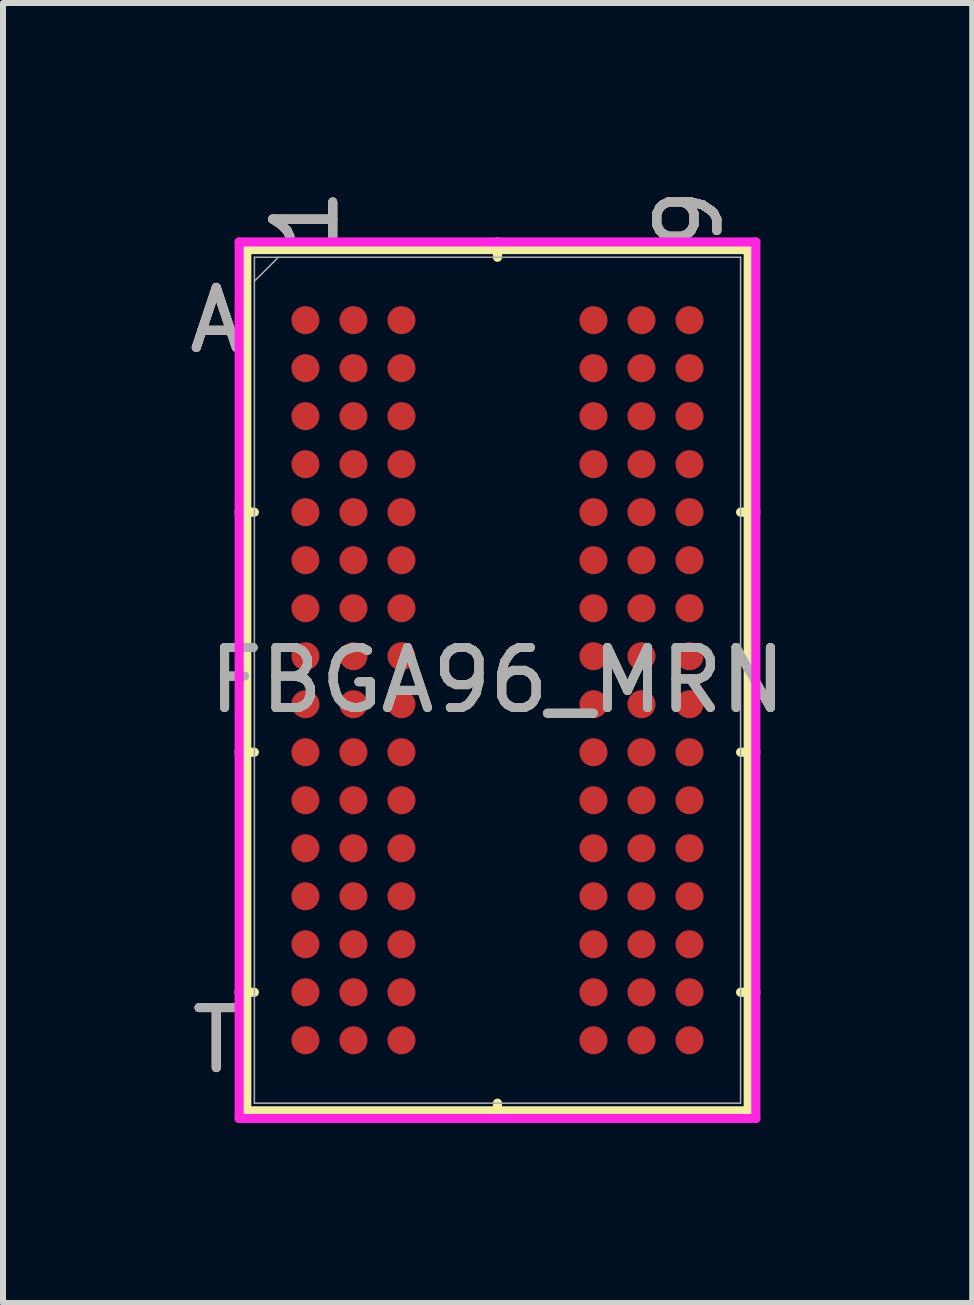
<source format=kicad_pcb>
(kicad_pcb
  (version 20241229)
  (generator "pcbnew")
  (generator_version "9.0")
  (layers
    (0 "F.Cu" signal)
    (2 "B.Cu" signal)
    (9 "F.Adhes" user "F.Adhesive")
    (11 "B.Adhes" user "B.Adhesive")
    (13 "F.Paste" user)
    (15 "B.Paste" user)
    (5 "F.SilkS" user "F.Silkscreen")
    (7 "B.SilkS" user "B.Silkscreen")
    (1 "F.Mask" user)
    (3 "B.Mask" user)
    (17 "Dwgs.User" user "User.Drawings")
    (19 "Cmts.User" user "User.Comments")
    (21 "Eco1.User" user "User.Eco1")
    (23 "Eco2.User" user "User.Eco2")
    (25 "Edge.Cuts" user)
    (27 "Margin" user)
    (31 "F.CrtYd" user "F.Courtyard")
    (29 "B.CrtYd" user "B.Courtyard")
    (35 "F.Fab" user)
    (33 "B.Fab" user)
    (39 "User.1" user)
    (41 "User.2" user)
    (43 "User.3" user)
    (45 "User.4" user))
  (footprint "FBGA96_MRN"
    (layer "F.Cu")
    (at 5.24 8.285)
    (property "Reference" "FBGA96_MRN" (at 0 0 0) (unlocked yes) (layer "F.SilkS") (effects (font (size 1 1) (thickness 0.15))))
    (attr smd)
    (fp_line (start -4.178 -7.176) (end -4.178 7.176) (stroke (width 0.152) (type solid)) (layer "F.SilkS"))
    (fp_line (start -4.178 7.176) (end 4.178 7.176) (stroke (width 0.152) (type solid)) (layer "F.SilkS"))
    (fp_line (start -4.051 -2.8) (end -4.305 -2.8) (stroke (width 0.152) (type solid)) (layer "F.SilkS"))
    (fp_line (start -4.051 1.2) (end -4.305 1.2) (stroke (width 0.152) (type solid)) (layer "F.SilkS"))
    (fp_line (start -4.051 5.2) (end -4.305 5.2) (stroke (width 0.152) (type solid)) (layer "F.SilkS"))
    (fp_line (start 0 -7.048) (end 0 -7.303) (stroke (width 0.152) (type solid)) (layer "F.SilkS"))
    (fp_line (start 0 7.048) (end 0 7.303) (stroke (width 0.152) (type solid)) (layer "F.SilkS"))
    (fp_line (start 4.051 -2.8) (end 4.305 -2.8) (stroke (width 0.152) (type solid)) (layer "F.SilkS"))
    (fp_line (start 4.051 1.2) (end 4.305 1.2) (stroke (width 0.152) (type solid)) (layer "F.SilkS"))
    (fp_line (start 4.051 5.2) (end 4.305 5.2) (stroke (width 0.152) (type solid)) (layer "F.SilkS"))
    (fp_line (start 4.178 -7.176) (end -4.178 -7.176) (stroke (width 0.152) (type solid)) (layer "F.SilkS"))
    (fp_line (start 4.178 7.176) (end 4.178 -7.176) (stroke (width 0.152) (type solid)) (layer "F.SilkS"))
    (fp_poly (pts (xy -4.045 -6.844) (xy 4.045 -6.844) (xy 4.045 6.844) (xy -4.045 6.844)) (stroke (width 0.1) (type solid)) (fill no) (layer "Eco2.User"))
    (fp_line (start -4.305 -7.303) (end 4.305 -7.303) (stroke (width 0.152) (type solid)) (layer "F.CrtYd"))
    (fp_line (start -4.305 7.303) (end -4.305 -7.303) (stroke (width 0.152) (type solid)) (layer "F.CrtYd"))
    (fp_line (start 4.305 -7.303) (end 4.305 7.303) (stroke (width 0.152) (type solid)) (layer "F.CrtYd"))
    (fp_line (start 4.305 7.303) (end -4.305 7.303) (stroke (width 0.152) (type solid)) (layer "F.CrtYd"))
    (fp_line (start -4.051 -7.048) (end -4.051 7.048) (stroke (width 0.025) (type solid)) (layer "F.Fab"))
    (fp_line (start -4.051 7.048) (end 4.051 7.048) (stroke (width 0.025) (type solid)) (layer "F.Fab"))
    (fp_line (start -3.651 -7.048) (end -4.051 -6.649) (stroke (width 0.025) (type solid)) (layer "F.Fab"))
    (fp_line (start 4.051 -7.048) (end -4.051 -7.048) (stroke (width 0.025) (type solid)) (layer "F.Fab"))
    (fp_line (start 4.051 7.048) (end 4.051 -7.048) (stroke (width 0.025) (type solid)) (layer "F.Fab"))
    (fp_text user "1" (at -3.2 -7.684 90) (unlocked yes) (layer "F.SilkS") (effects (font (size 1 1) (thickness 0.15))))
    (fp_text user "T" (at -4.686 6 0) (unlocked yes) (layer "F.SilkS") (effects (font (size 1 1) (thickness 0.15))))
    (fp_text user "A" (at -4.686 -6 0) (unlocked yes) (layer "F.SilkS") (effects (font (size 1 1) (thickness 0.15))))
    (fp_text user "9" (at 3.2 -7.684 90) (unlocked yes) (layer "F.SilkS") (effects (font (size 1 1) (thickness 0.15))))
    (fp_text user "1" (at -3.2 -7.684 90) (unlocked yes) (layer "B.SilkS") (effects (font (size 1 1) (thickness 0.15))))
    (fp_text user "9" (at 3.2 -7.684 90) (unlocked yes) (layer "B.SilkS") (effects (font (size 1 1) (thickness 0.15))))
    (fp_text user "T" (at -4.686 6 0) (unlocked yes) (layer "B.SilkS") (effects (font (size 1 1) (thickness 0.15))))
    (fp_text user "A" (at -4.686 -6 0) (unlocked yes) (layer "B.SilkS") (effects (font (size 1 1) (thickness 0.15))))
    (fp_text user "A" (at -4.686 -6 0) (unlocked yes) (layer "F.Fab") (effects (font (size 1 1) (thickness 0.15))))
    (fp_text user "9" (at 3.2 -7.684 90) (unlocked yes) (layer "F.Fab") (effects (font (size 1 1) (thickness 0.15))))
    (fp_text user "1" (at -3.2 -7.684 90) (unlocked yes) (layer "F.Fab") (effects (font (size 1 1) (thickness 0.15))))
    (fp_text user "T" (at -4.686 6 0) (unlocked yes) (layer "F.Fab") (effects (font (size 1 1) (thickness 0.15))))
    (fp_text user "${REFERENCE}" (at 0 0 0) (unlocked yes) (layer "F.Fab") (effects (font (size 1 1) (thickness 0.15))))
    (pad "A1" smd circle (at -3.2 -6) (size 0.467 0.467) (layers "F.Cu" "F.Mask" "F.Paste"))
    (pad "A2" smd circle (at -2.4 -6) (size 0.467 0.467) (layers "F.Cu" "F.Mask" "F.Paste"))
    (pad "A3" smd circle (at -1.6 -6) (size 0.467 0.467) (layers "F.Cu" "F.Mask" "F.Paste"))
    (pad "A7" smd circle (at 1.6 -6) (size 0.467 0.467) (layers "F.Cu" "F.Mask" "F.Paste"))
    (pad "A8" smd circle (at 2.4 -6) (size 0.467 0.467) (layers "F.Cu" "F.Mask" "F.Paste"))
    (pad "A9" smd circle (at 3.2 -6) (size 0.467 0.467) (layers "F.Cu" "F.Mask" "F.Paste"))
    (pad "B1" smd circle (at -3.2 -5.2) (size 0.467 0.467) (layers "F.Cu" "F.Mask" "F.Paste"))
    (pad "B2" smd circle (at -2.4 -5.2) (size 0.467 0.467) (layers "F.Cu" "F.Mask" "F.Paste"))
    (pad "B3" smd circle (at -1.6 -5.2) (size 0.467 0.467) (layers "F.Cu" "F.Mask" "F.Paste"))
    (pad "B7" smd circle (at 1.6 -5.2) (size 0.467 0.467) (layers "F.Cu" "F.Mask" "F.Paste"))
    (pad "B8" smd circle (at 2.4 -5.2) (size 0.467 0.467) (layers "F.Cu" "F.Mask" "F.Paste"))
    (pad "B9" smd circle (at 3.2 -5.2) (size 0.467 0.467) (layers "F.Cu" "F.Mask" "F.Paste"))
    (pad "C1" smd circle (at -3.2 -4.4) (size 0.467 0.467) (layers "F.Cu" "F.Mask" "F.Paste"))
    (pad "C2" smd circle (at -2.4 -4.4) (size 0.467 0.467) (layers "F.Cu" "F.Mask" "F.Paste"))
    (pad "C3" smd circle (at -1.6 -4.4) (size 0.467 0.467) (layers "F.Cu" "F.Mask" "F.Paste"))
    (pad "C7" smd circle (at 1.6 -4.4) (size 0.467 0.467) (layers "F.Cu" "F.Mask" "F.Paste"))
    (pad "C8" smd circle (at 2.4 -4.4) (size 0.467 0.467) (layers "F.Cu" "F.Mask" "F.Paste"))
    (pad "C9" smd circle (at 3.2 -4.4) (size 0.467 0.467) (layers "F.Cu" "F.Mask" "F.Paste"))
    (pad "D1" smd circle (at -3.2 -3.6) (size 0.467 0.467) (layers "F.Cu" "F.Mask" "F.Paste"))
    (pad "D2" smd circle (at -2.4 -3.6) (size 0.467 0.467) (layers "F.Cu" "F.Mask" "F.Paste"))
    (pad "D3" smd circle (at -1.6 -3.6) (size 0.467 0.467) (layers "F.Cu" "F.Mask" "F.Paste"))
    (pad "D7" smd circle (at 1.6 -3.6) (size 0.467 0.467) (layers "F.Cu" "F.Mask" "F.Paste"))
    (pad "D8" smd circle (at 2.4 -3.6) (size 0.467 0.467) (layers "F.Cu" "F.Mask" "F.Paste"))
    (pad "D9" smd circle (at 3.2 -3.6) (size 0.467 0.467) (layers "F.Cu" "F.Mask" "F.Paste"))
    (pad "E1" smd circle (at -3.2 -2.8) (size 0.467 0.467) (layers "F.Cu" "F.Mask" "F.Paste"))
    (pad "E2" smd circle (at -2.4 -2.8) (size 0.467 0.467) (layers "F.Cu" "F.Mask" "F.Paste"))
    (pad "E3" smd circle (at -1.6 -2.8) (size 0.467 0.467) (layers "F.Cu" "F.Mask" "F.Paste"))
    (pad "E7" smd circle (at 1.6 -2.8) (size 0.467 0.467) (layers "F.Cu" "F.Mask" "F.Paste"))
    (pad "E8" smd circle (at 2.4 -2.8) (size 0.467 0.467) (layers "F.Cu" "F.Mask" "F.Paste"))
    (pad "E9" smd circle (at 3.2 -2.8) (size 0.467 0.467) (layers "F.Cu" "F.Mask" "F.Paste"))
    (pad "F1" smd circle (at -3.2 -2) (size 0.467 0.467) (layers "F.Cu" "F.Mask" "F.Paste"))
    (pad "F2" smd circle (at -2.4 -2) (size 0.467 0.467) (layers "F.Cu" "F.Mask" "F.Paste"))
    (pad "F3" smd circle (at -1.6 -2) (size 0.467 0.467) (layers "F.Cu" "F.Mask" "F.Paste"))
    (pad "F7" smd circle (at 1.6 -2) (size 0.467 0.467) (layers "F.Cu" "F.Mask" "F.Paste"))
    (pad "F8" smd circle (at 2.4 -2) (size 0.467 0.467) (layers "F.Cu" "F.Mask" "F.Paste"))
    (pad "F9" smd circle (at 3.2 -2) (size 0.467 0.467) (layers "F.Cu" "F.Mask" "F.Paste"))
    (pad "G1" smd circle (at -3.2 -1.2) (size 0.467 0.467) (layers "F.Cu" "F.Mask" "F.Paste"))
    (pad "G2" smd circle (at -2.4 -1.2) (size 0.467 0.467) (layers "F.Cu" "F.Mask" "F.Paste"))
    (pad "G3" smd circle (at -1.6 -1.2) (size 0.467 0.467) (layers "F.Cu" "F.Mask" "F.Paste"))
    (pad "G7" smd circle (at 1.6 -1.2) (size 0.467 0.467) (layers "F.Cu" "F.Mask" "F.Paste"))
    (pad "G8" smd circle (at 2.4 -1.2) (size 0.467 0.467) (layers "F.Cu" "F.Mask" "F.Paste"))
    (pad "G9" smd circle (at 3.2 -1.2) (size 0.467 0.467) (layers "F.Cu" "F.Mask" "F.Paste"))
    (pad "H1" smd circle (at -3.2 -0.4) (size 0.467 0.467) (layers "F.Cu" "F.Mask" "F.Paste"))
    (pad "H2" smd circle (at -2.4 -0.4) (size 0.467 0.467) (layers "F.Cu" "F.Mask" "F.Paste"))
    (pad "H3" smd circle (at -1.6 -0.4) (size 0.467 0.467) (layers "F.Cu" "F.Mask" "F.Paste"))
    (pad "H7" smd circle (at 1.6 -0.4) (size 0.467 0.467) (layers "F.Cu" "F.Mask" "F.Paste"))
    (pad "H8" smd circle (at 2.4 -0.4) (size 0.467 0.467) (layers "F.Cu" "F.Mask" "F.Paste"))
    (pad "H9" smd circle (at 3.2 -0.4) (size 0.467 0.467) (layers "F.Cu" "F.Mask" "F.Paste"))
    (pad "J1" smd circle (at -3.2 0.4) (size 0.467 0.467) (layers "F.Cu" "F.Mask" "F.Paste"))
    (pad "J2" smd circle (at -2.4 0.4) (size 0.467 0.467) (layers "F.Cu" "F.Mask" "F.Paste"))
    (pad "J3" smd circle (at -1.6 0.4) (size 0.467 0.467) (layers "F.Cu" "F.Mask" "F.Paste"))
    (pad "J7" smd circle (at 1.6 0.4) (size 0.467 0.467) (layers "F.Cu" "F.Mask" "F.Paste"))
    (pad "J8" smd circle (at 2.4 0.4) (size 0.467 0.467) (layers "F.Cu" "F.Mask" "F.Paste"))
    (pad "J9" smd circle (at 3.2 0.4) (size 0.467 0.467) (layers "F.Cu" "F.Mask" "F.Paste"))
    (pad "K1" smd circle (at -3.2 1.2) (size 0.467 0.467) (layers "F.Cu" "F.Mask" "F.Paste"))
    (pad "K2" smd circle (at -2.4 1.2) (size 0.467 0.467) (layers "F.Cu" "F.Mask" "F.Paste"))
    (pad "K3" smd circle (at -1.6 1.2) (size 0.467 0.467) (layers "F.Cu" "F.Mask" "F.Paste"))
    (pad "K7" smd circle (at 1.6 1.2) (size 0.467 0.467) (layers "F.Cu" "F.Mask" "F.Paste"))
    (pad "K8" smd circle (at 2.4 1.2) (size 0.467 0.467) (layers "F.Cu" "F.Mask" "F.Paste"))
    (pad "K9" smd circle (at 3.2 1.2) (size 0.467 0.467) (layers "F.Cu" "F.Mask" "F.Paste"))
    (pad "L1" smd circle (at -3.2 2) (size 0.467 0.467) (layers "F.Cu" "F.Mask" "F.Paste"))
    (pad "L2" smd circle (at -2.4 2) (size 0.467 0.467) (layers "F.Cu" "F.Mask" "F.Paste"))
    (pad "L3" smd circle (at -1.6 2) (size 0.467 0.467) (layers "F.Cu" "F.Mask" "F.Paste"))
    (pad "L7" smd circle (at 1.6 2) (size 0.467 0.467) (layers "F.Cu" "F.Mask" "F.Paste"))
    (pad "L8" smd circle (at 2.4 2) (size 0.467 0.467) (layers "F.Cu" "F.Mask" "F.Paste"))
    (pad "L9" smd circle (at 3.2 2) (size 0.467 0.467) (layers "F.Cu" "F.Mask" "F.Paste"))
    (pad "M1" smd circle (at -3.2 2.8) (size 0.467 0.467) (layers "F.Cu" "F.Mask" "F.Paste"))
    (pad "M2" smd circle (at -2.4 2.8) (size 0.467 0.467) (layers "F.Cu" "F.Mask" "F.Paste"))
    (pad "M3" smd circle (at -1.6 2.8) (size 0.467 0.467) (layers "F.Cu" "F.Mask" "F.Paste"))
    (pad "M7" smd circle (at 1.6 2.8) (size 0.467 0.467) (layers "F.Cu" "F.Mask" "F.Paste"))
    (pad "M8" smd circle (at 2.4 2.8) (size 0.467 0.467) (layers "F.Cu" "F.Mask" "F.Paste"))
    (pad "M9" smd circle (at 3.2 2.8) (size 0.467 0.467) (layers "F.Cu" "F.Mask" "F.Paste"))
    (pad "N1" smd circle (at -3.2 3.6) (size 0.467 0.467) (layers "F.Cu" "F.Mask" "F.Paste"))
    (pad "N2" smd circle (at -2.4 3.6) (size 0.467 0.467) (layers "F.Cu" "F.Mask" "F.Paste"))
    (pad "N3" smd circle (at -1.6 3.6) (size 0.467 0.467) (layers "F.Cu" "F.Mask" "F.Paste"))
    (pad "N7" smd circle (at 1.6 3.6) (size 0.467 0.467) (layers "F.Cu" "F.Mask" "F.Paste"))
    (pad "N8" smd circle (at 2.4 3.6) (size 0.467 0.467) (layers "F.Cu" "F.Mask" "F.Paste"))
    (pad "N9" smd circle (at 3.2 3.6) (size 0.467 0.467) (layers "F.Cu" "F.Mask" "F.Paste"))
    (pad "P1" smd circle (at -3.2 4.4) (size 0.467 0.467) (layers "F.Cu" "F.Mask" "F.Paste"))
    (pad "P2" smd circle (at -2.4 4.4) (size 0.467 0.467) (layers "F.Cu" "F.Mask" "F.Paste"))
    (pad "P3" smd circle (at -1.6 4.4) (size 0.467 0.467) (layers "F.Cu" "F.Mask" "F.Paste"))
    (pad "P7" smd circle (at 1.6 4.4) (size 0.467 0.467) (layers "F.Cu" "F.Mask" "F.Paste"))
    (pad "P8" smd circle (at 2.4 4.4) (size 0.467 0.467) (layers "F.Cu" "F.Mask" "F.Paste"))
    (pad "P9" smd circle (at 3.2 4.4) (size 0.467 0.467) (layers "F.Cu" "F.Mask" "F.Paste"))
    (pad "R1" smd circle (at -3.2 5.2) (size 0.467 0.467) (layers "F.Cu" "F.Mask" "F.Paste"))
    (pad "R2" smd circle (at -2.4 5.2) (size 0.467 0.467) (layers "F.Cu" "F.Mask" "F.Paste"))
    (pad "R3" smd circle (at -1.6 5.2) (size 0.467 0.467) (layers "F.Cu" "F.Mask" "F.Paste"))
    (pad "R7" smd circle (at 1.6 5.2) (size 0.467 0.467) (layers "F.Cu" "F.Mask" "F.Paste"))
    (pad "R8" smd circle (at 2.4 5.2) (size 0.467 0.467) (layers "F.Cu" "F.Mask" "F.Paste"))
    (pad "R9" smd circle (at 3.2 5.2) (size 0.467 0.467) (layers "F.Cu" "F.Mask" "F.Paste"))
    (pad "T1" smd circle (at -3.2 6) (size 0.467 0.467) (layers "F.Cu" "F.Mask" "F.Paste"))
    (pad "T2" smd circle (at -2.4 6) (size 0.467 0.467) (layers "F.Cu" "F.Mask" "F.Paste"))
    (pad "T3" smd circle (at -1.6 6) (size 0.467 0.467) (layers "F.Cu" "F.Mask" "F.Paste"))
    (pad "T7" smd circle (at 1.6 6) (size 0.467 0.467) (layers "F.Cu" "F.Mask" "F.Paste"))
    (pad "T8" smd circle (at 2.4 6) (size 0.467 0.467) (layers "F.Cu" "F.Mask" "F.Paste"))
    (pad "T9" smd circle (at 3.2 6) (size 0.467 0.467) (layers "F.Cu" "F.Mask" "F.Paste")))
  (gr_rect
    (start -3 -3)
    (end 13.151 18.663)
    (stroke (width 0.1) (type default))
    (fill no)
    (layer "Edge.Cuts")))
</source>
